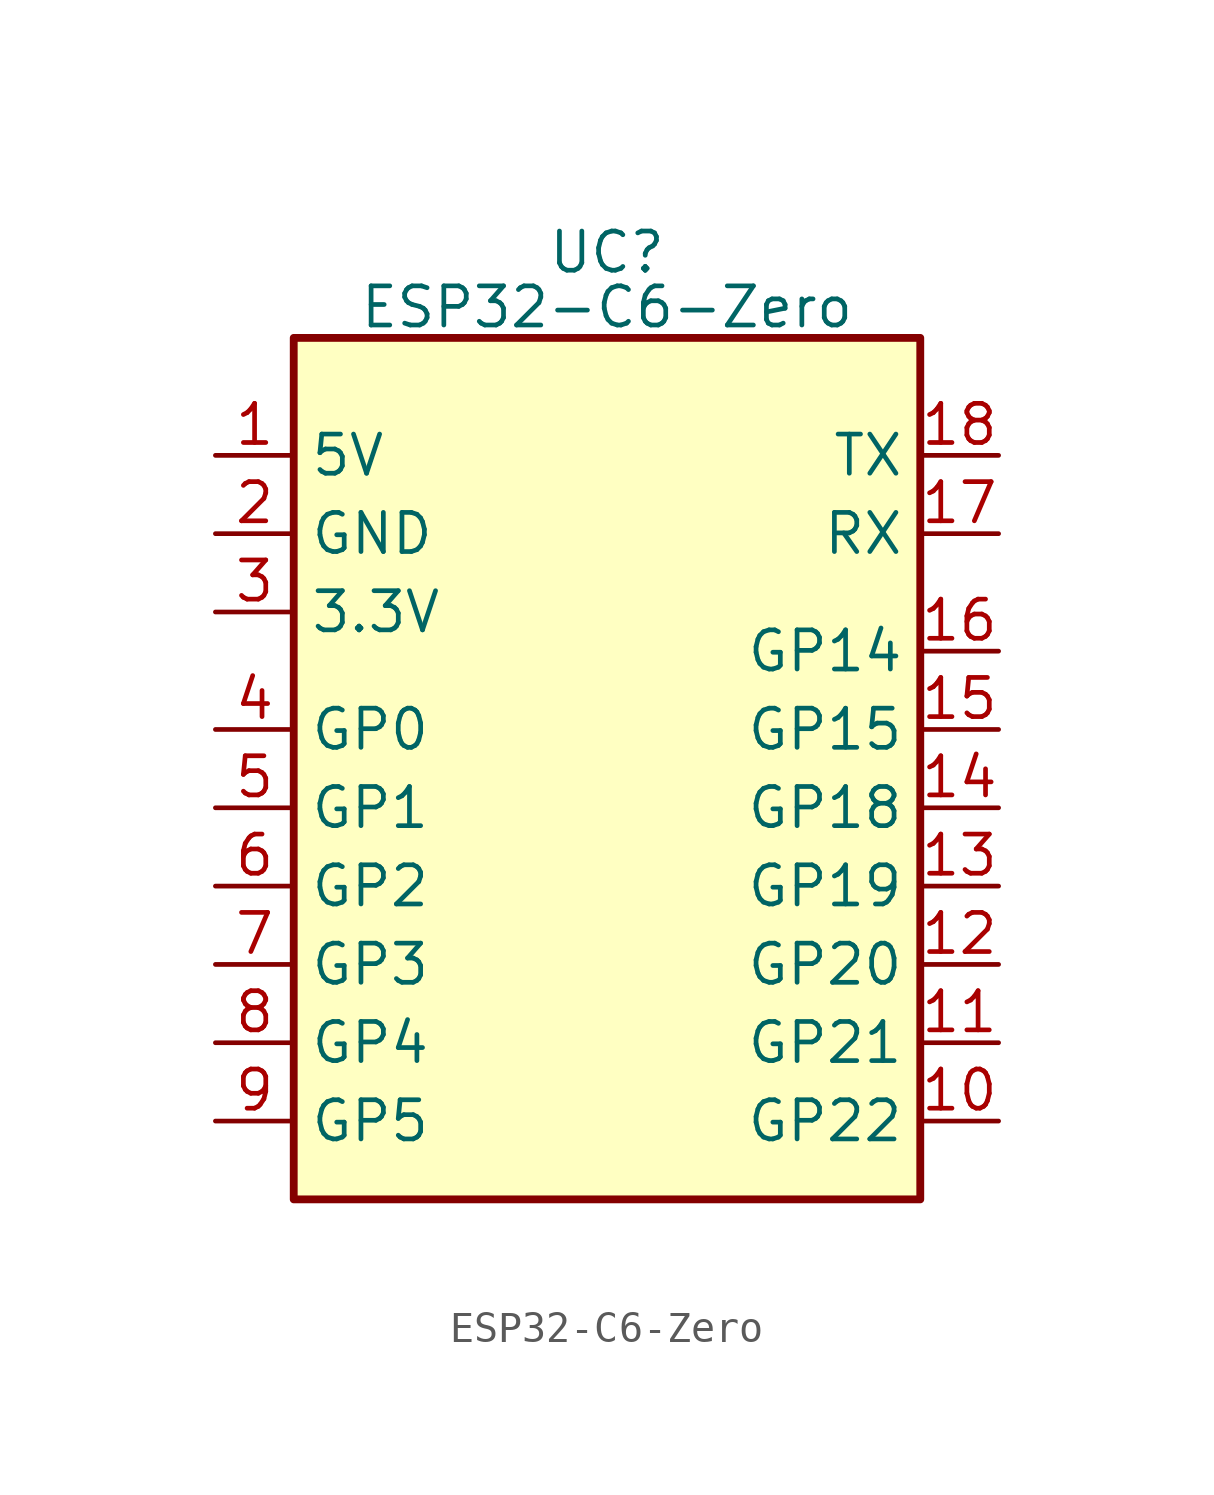
<source format=kicad_sym>
(kicad_symbol_lib
  (version 20231120)
  (generator "kicad_symbol_editor")
  (generator_version "8.0")
  (symbol "ESP32-C6-Zero"
    (property "Reference" "UC"
      (at 0 16.002 0)
      (effects (font (size 1.27 1.27)) (justify bottom)))
    (property "Value" "ESP32-C6-Zero"
      (at 0 14.224 0)
      (effects (font (size 1.27 1.27)) (justify bottom)))
    (symbol "ESP32-C6-Zero_0_1"
      (rectangle (start -10.16 13.97) (end 10.16 -13.97) (stroke (width 0.254) (type default)) (fill (type background))))
    (symbol "ESP32-C6-Zero_1_0"
      (pin bidirectional line (at 12.7 -11.43 180) (length 2.54) (name "GP22" (effects (font (size 1.27 1.27)))) (number "10" (effects (font (size 1.27 1.27)))))
      (pin bidirectional line (at 12.7 -8.89 180) (length 2.54) (name "GP21" (effects (font (size 1.27 1.27)))) (number "11" (effects (font (size 1.27 1.27)))))
      (pin bidirectional line (at 12.7 -6.35 180) (length 2.54) (name "GP20" (effects (font (size 1.27 1.27)))) (number "12" (effects (font (size 1.27 1.27)))))
      (pin bidirectional line (at 12.7 -3.81 180) (length 2.54) (name "GP19" (effects (font (size 1.27 1.27)))) (number "13" (effects (font (size 1.27 1.27)))))
      (pin bidirectional line (at 12.7 -1.27 180) (length 2.54) (name "GP18" (effects (font (size 1.27 1.27)))) (number "14" (effects (font (size 1.27 1.27)))))
      (pin bidirectional line (at 12.7 1.27 180) (length 2.54) (name "GP15" (effects (font (size 1.27 1.27)))) (number "15" (effects (font (size 1.27 1.27)))))
      (pin bidirectional line (at 12.7 3.81 180) (length 2.54) (name "GP14" (effects (font (size 1.27 1.27)))) (number "16" (effects (font (size 1.27 1.27)))))
      (pin input line (at 12.7 7.62 180) (length 2.54) (name "RX" (effects (font (size 1.27 1.27)))) (number "17" (effects (font (size 1.27 1.27)))))
      (pin output line (at 12.7 10.16 180) (length 2.54) (name "TX" (effects (font (size 1.27 1.27)))) (number "18" (effects (font (size 1.27 1.27)))))
      (pin bidirectional line (at -12.7 -3.81 0) (length 2.54) (name "GP2" (effects (font (size 1.27 1.27)))) (number "6" (effects (font (size 1.27 1.27)))))
      (pin bidirectional line (at -12.7 -6.35 0) (length 2.54) (name "GP3" (effects (font (size 1.27 1.27)))) (number "7" (effects (font (size 1.27 1.27)))))
      (pin bidirectional line (at -12.7 -8.89 0) (length 2.54) (name "GP4" (effects (font (size 1.27 1.27)))) (number "8" (effects (font (size 1.27 1.27)))))
      (pin bidirectional line (at -12.7 -11.43 0) (length 2.54) (name "GP5" (effects (font (size 1.27 1.27)))) (number "9" (effects (font (size 1.27 1.27))))))
    (symbol "ESP32-C6-Zero_1_1"
      (pin bidirectional line (at -12.7 10.16 0) (length 2.54) (name "5V" (effects (font (size 1.27 1.27)))) (number "1" (effects (font (size 1.27 1.27)))))
      (pin bidirectional line (at -12.7 7.62 0) (length 2.54) (name "GND" (effects (font (size 1.27 1.27)))) (number "2" (effects (font (size 1.27 1.27)))))
      (pin power_out line (at -12.7 5.08 0) (length 2.54) (name "3.3V" (effects (font (size 1.27 1.27)))) (number "3" (effects (font (size 1.27 1.27)))))
      (pin bidirectional line (at -12.7 1.27 0) (length 2.54) (name "GP0" (effects (font (size 1.27 1.27)))) (number "4" (effects (font (size 1.27 1.27)))) (alternate "0" bidirectional line))
      (pin bidirectional line (at -12.7 -1.27 0) (length 2.54) (name "GP1" (effects (font (size 1.27 1.27)))) (number "5" (effects (font (size 1.27 1.27)))) (alternate "1" bidirectional line)))))
</source>
